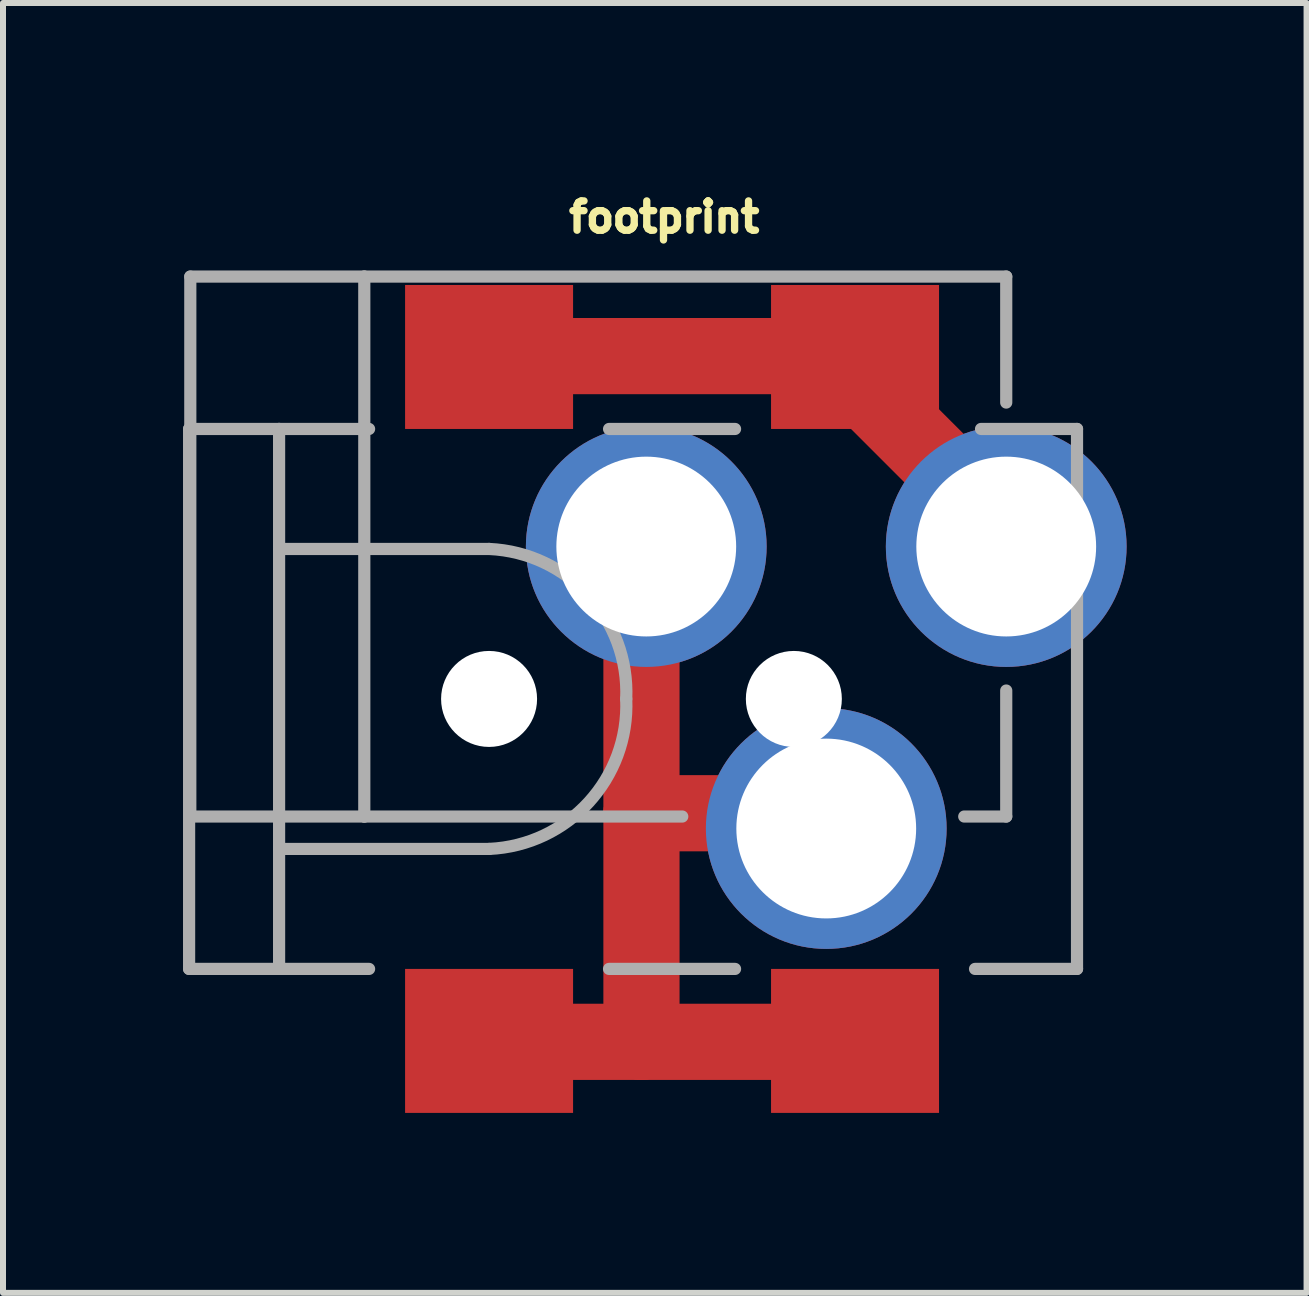
<source format=kicad_pcb>
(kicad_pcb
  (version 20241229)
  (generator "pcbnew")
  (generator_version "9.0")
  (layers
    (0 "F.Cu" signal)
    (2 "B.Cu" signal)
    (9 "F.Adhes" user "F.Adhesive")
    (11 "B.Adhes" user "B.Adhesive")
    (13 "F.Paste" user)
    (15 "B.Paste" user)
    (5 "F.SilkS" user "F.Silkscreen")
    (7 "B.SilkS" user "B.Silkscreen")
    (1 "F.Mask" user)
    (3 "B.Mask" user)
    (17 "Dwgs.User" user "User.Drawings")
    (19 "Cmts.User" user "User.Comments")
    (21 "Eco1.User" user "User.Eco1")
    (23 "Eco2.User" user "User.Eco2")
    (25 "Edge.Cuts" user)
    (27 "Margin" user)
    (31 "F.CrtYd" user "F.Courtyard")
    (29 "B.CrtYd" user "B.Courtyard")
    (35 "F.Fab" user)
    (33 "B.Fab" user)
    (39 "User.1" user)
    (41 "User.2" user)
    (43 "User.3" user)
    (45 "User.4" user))
  (footprint "footprint"
    (layer "F.Cu")
    (at 5.102 8.6)
    (property "Reference" "footprint" (at 1.27 -7.747 0) (layer "F.SilkS") (effects (font (size 0.488 0.488) (thickness 0.122)) (justify left bottom)))
    (fp_line (start 0 -5.715) (end 6.35 -5.715) (stroke (width 1.27) (type solid)) (layer "F.Cu"))
    (fp_line (start 2.54 -2.54) (end 2.54 1.905) (stroke (width 1.27) (type solid)) (layer "F.Cu"))
    (fp_line (start 2.54 1.905) (end 2.54 5.715) (stroke (width 1.27) (type solid)) (layer "F.Cu"))
    (fp_line (start 2.54 5.715) (end 0 5.715) (stroke (width 1.27) (type solid)) (layer "F.Cu"))
    (fp_line (start 5.715 1.905) (end 2.54 1.905) (stroke (width 1.27) (type solid)) (layer "F.Cu"))
    (fp_line (start 6.35 -5.715) (end 6.35 -5.08) (stroke (width 1.27) (type solid)) (layer "F.Cu"))
    (fp_line (start 6.35 -5.08) (end 8.89 -2.54) (stroke (width 1.27) (type solid)) (layer "F.Cu"))
    (fp_line (start 6.35 5.715) (end 2.54 5.715) (stroke (width 1.27) (type solid)) (layer "F.Cu"))
    (fp_line (start -5 -4.5) (end -5 4.5) (stroke (width 0.203) (type solid)) (layer "F.Fab"))
    (fp_line (start -5 -4.5) (end -3.5 -4.5) (stroke (width 0.203) (type solid)) (layer "F.Fab"))
    (fp_line (start -4.98 1.96) (end -4.98 -7.04) (stroke (width 0.203) (type solid)) (layer "F.Fab"))
    (fp_line (start -4.98 1.96) (end -2.08 1.96) (stroke (width 0.203) (type solid)) (layer "F.Fab"))
    (fp_line (start -3.5 -4.5) (end -3.5 -2.5) (stroke (width 0.203) (type solid)) (layer "F.Fab"))
    (fp_line (start -3.5 -4.5) (end -2 -4.5) (stroke (width 0.203) (type solid)) (layer "F.Fab"))
    (fp_line (start -3.5 -2.5) (end -3.5 2.5) (stroke (width 0.203) (type solid)) (layer "F.Fab"))
    (fp_line (start -3.5 -2.5) (end 0 -2.5) (stroke (width 0.203) (type solid)) (layer "F.Fab"))
    (fp_line (start -3.5 2.5) (end -3.5 4.5) (stroke (width 0.203) (type solid)) (layer "F.Fab"))
    (fp_line (start -3.5 4.5) (end -5 4.5) (stroke (width 0.203) (type solid)) (layer "F.Fab"))
    (fp_line (start -2.08 -7.04) (end -4.98 -7.04) (stroke (width 0.203) (type solid)) (layer "F.Fab"))
    (fp_line (start -2.08 -7.04) (end -2.08 1.96) (stroke (width 0.203) (type solid)) (layer "F.Fab"))
    (fp_line (start -2.08 -7.04) (end 8.62 -7.04) (stroke (width 0.203) (type solid)) (layer "F.Fab"))
    (fp_line (start -2.08 1.96) (end 3.22 1.96) (stroke (width 0.203) (type solid)) (layer "F.Fab"))
    (fp_line (start -2 4.5) (end -3.5 4.5) (stroke (width 0.203) (type solid)) (layer "F.Fab"))
    (fp_line (start 0 2.5) (end -3.5 2.5) (stroke (width 0.203) (type solid)) (layer "F.Fab"))
    (fp_line (start 2 -4.5) (end 4.1 -4.5) (stroke (width 0.203) (type solid)) (layer "F.Fab"))
    (fp_line (start 4.1 4.5) (end 2 4.5) (stroke (width 0.203) (type solid)) (layer "F.Fab"))
    (fp_line (start 8.2 -4.5) (end 9.8 -4.5) (stroke (width 0.203) (type solid)) (layer "F.Fab"))
    (fp_line (start 8.62 -7.04) (end 8.62 -4.94) (stroke (width 0.203) (type solid)) (layer "F.Fab"))
    (fp_line (start 8.62 1.96) (end 7.92 1.96) (stroke (width 0.203) (type solid)) (layer "F.Fab"))
    (fp_line (start 8.62 1.96) (end 8.62 -0.14) (stroke (width 0.203) (type solid)) (layer "F.Fab"))
    (fp_line (start 9.8 -4.5) (end 9.8 4.5) (stroke (width 0.203) (type solid)) (layer "F.Fab"))
    (fp_line (start 9.8 4.5) (end 8.1 4.5) (stroke (width 0.203) (type solid)) (layer "F.Fab"))
    (fp_arc (start 0 -2.5) (mid 1.660767 -1.723446) (end 2.286 0) (stroke (width 0.2032) (type solid)) (layer "F.Fab"))
    (fp_arc (start 2.286 0) (mid 1.660767 1.723446) (end 0 2.5) (stroke (width 0.2032) (type solid)) (layer "F.Fab"))
    (pad "" np_thru_hole circle (at 0 0) (size 1.6 1.6) (drill 1.6) (layers "*.Cu" "*.Mask"))
    (pad "" np_thru_hole circle (at 5.08 0) (size 1.6 1.6) (drill 1.6) (layers "*.Cu" "*.Mask"))
    (pad "GND" thru_hole circle (at 5.62 2.16) (size 4.013 4.013) (drill 2.997) (layers "*.Cu" "*.Mask"))
    (pad "GND@1" thru_hole circle (at 2.62 -2.54 270) (size 4.013 4.013) (drill 2.997) (layers "*.Cu" "*.Mask"))
    (pad "GND@3" smd rect (at 0 5.7) (size 2.8 2.4) (layers "F.Cu" "F.Mask" "F.Paste"))
    (pad "GND@4" smd rect (at 6.1 5.7) (size 2.8 2.4) (layers "F.Cu" "F.Mask" "F.Paste"))
    (pad "POWER" thru_hole circle (at 8.62 -2.54 270) (size 4.013 4.013) (drill 2.997) (layers "*.Cu" "*.Mask"))
    (pad "POWER@1" smd rect (at 0 -5.7) (size 2.8 2.4) (layers "F.Cu" "F.Mask" "F.Paste"))
    (pad "POWER@2" smd rect (at 6.1 -5.7) (size 2.8 2.4) (layers "F.Cu" "F.Mask" "F.Paste")))
  (gr_rect
    (start -3 -3)
    (end 18.728 18.5)
    (stroke (width 0.1) (type default))
    (fill no)
    (layer "Edge.Cuts")))
</source>
